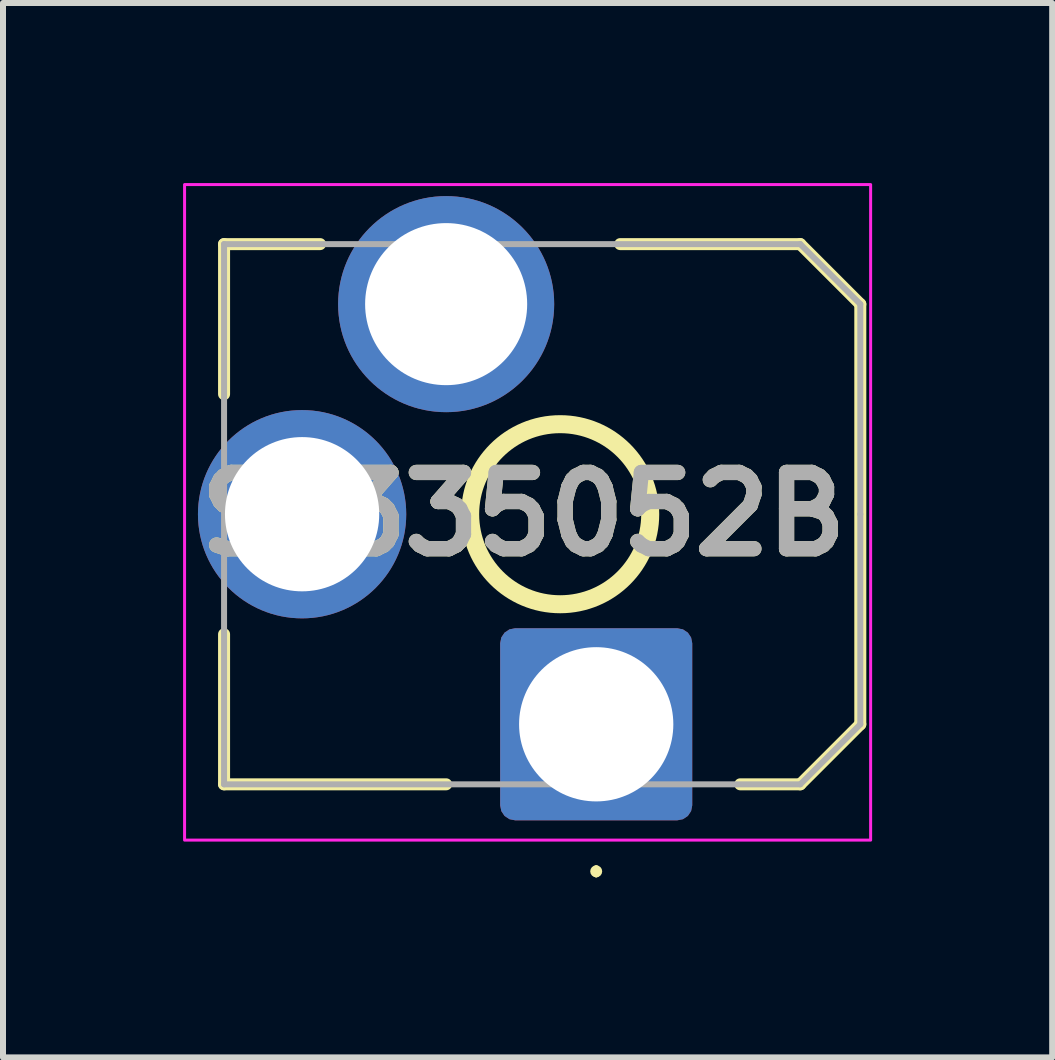
<source format=kicad_pcb>
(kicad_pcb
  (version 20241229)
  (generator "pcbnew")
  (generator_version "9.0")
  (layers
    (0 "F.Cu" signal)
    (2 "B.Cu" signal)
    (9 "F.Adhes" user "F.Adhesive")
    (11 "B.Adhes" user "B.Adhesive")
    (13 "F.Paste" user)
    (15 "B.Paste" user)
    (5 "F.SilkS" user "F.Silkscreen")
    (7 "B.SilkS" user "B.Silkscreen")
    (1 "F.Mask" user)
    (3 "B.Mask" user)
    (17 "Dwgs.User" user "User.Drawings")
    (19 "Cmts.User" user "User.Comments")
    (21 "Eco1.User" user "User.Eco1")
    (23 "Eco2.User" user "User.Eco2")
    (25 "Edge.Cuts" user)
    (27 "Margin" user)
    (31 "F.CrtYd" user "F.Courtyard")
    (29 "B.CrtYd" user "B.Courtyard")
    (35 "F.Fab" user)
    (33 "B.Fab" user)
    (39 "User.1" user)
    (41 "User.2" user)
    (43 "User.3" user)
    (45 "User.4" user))
  (footprint "SJ335052B"
    (layer "F.Cu")
    (at 6.883 9.017)
    (property "Reference" "SJ335052B" (at -1.213 -3.5 0) (layer "F.SilkS") (effects (font (size 1.27 1.27) (thickness 0.254))))
    (attr through_hole)
    (fp_line (start -6.2 -8) (end -4.6 -8) (stroke (width 0.2) (type solid)) (layer "F.SilkS"))
    (fp_line (start -6.2 -5.5) (end -6.2 -8) (stroke (width 0.2) (type solid)) (layer "F.SilkS"))
    (fp_line (start -6.2 1) (end -6.2 -1.5) (stroke (width 0.2) (type solid)) (layer "F.SilkS"))
    (fp_line (start -2.5 1) (end -6.2 1) (stroke (width 0.2) (type solid)) (layer "F.SilkS"))
    (fp_line (start 0 2.4) (end 0 2.4) (stroke (width 0.1) (type solid)) (layer "F.SilkS"))
    (fp_line (start 0 2.5) (end 0 2.5) (stroke (width 0.1) (type solid)) (layer "F.SilkS"))
    (fp_line (start 0.4 -8) (end 3.4 -8) (stroke (width 0.2) (type solid)) (layer "F.SilkS"))
    (fp_line (start 3.4 -8) (end 4.4 -7) (stroke (width 0.2) (type solid)) (layer "F.SilkS"))
    (fp_line (start 3.4 1) (end 2.4 1) (stroke (width 0.2) (type solid)) (layer "F.SilkS"))
    (fp_line (start 4.4 -7) (end 4.4 0) (stroke (width 0.2) (type solid)) (layer "F.SilkS"))
    (fp_line (start 4.4 0) (end 3.4 1) (stroke (width 0.2) (type solid)) (layer "F.SilkS"))
    (fp_arc (start 0 2.4) (mid 0.05 2.45) (end 0 2.5) (stroke (width 0.1) (type solid)) (layer "F.SilkS"))
    (fp_arc (start 0 2.5) (mid -0.05 2.45) (end 0 2.4) (stroke (width 0.1) (type solid)) (layer "F.SilkS"))
    (fp_circle (center -0.6 -3.5) (end 0.9 -3.5) (stroke (width 0.3) (type default)) (fill no) (layer "F.SilkS"))
    (fp_rect (start -6.858 -8.992) (end 4.572 1.93) (stroke (width 0.05) (type default)) (fill no) (layer "F.CrtYd"))
    (fp_line (start -6.2 -8) (end 3.4 -8) (stroke (width 0.1) (type solid)) (layer "F.Fab"))
    (fp_line (start -6.2 1) (end -6.2 -8) (stroke (width 0.1) (type solid)) (layer "F.Fab"))
    (fp_line (start 3.4 -8) (end 4.4 -7) (stroke (width 0.1) (type solid)) (layer "F.Fab"))
    (fp_line (start 3.4 1) (end -6.2 1) (stroke (width 0.1) (type solid)) (layer "F.Fab"))
    (fp_line (start 4.4 -7) (end 4.4 -3.5) (stroke (width 0.1) (type solid)) (layer "F.Fab"))
    (fp_line (start 4.4 -3.5) (end 4.4 0) (stroke (width 0.1) (type solid)) (layer "F.Fab"))
    (fp_line (start 4.4 0) (end 3.4 1) (stroke (width 0.1) (type solid)) (layer "F.Fab"))
    (fp_text user "${REFERENCE}" (at -1.213 -3.5 0) (layer "F.Fab") (effects (font (size 1.27 1.27) (thickness 0.254))))
    (pad "1" thru_hole roundrect (at 0 0) (size 3.2 3.2) (drill 2.57) (layers "*.Cu" "*.Mask") (roundrect_rratio 0.078))
    (pad "2" thru_hole circle (at -4.9 -3.5) (size 3.47 3.47) (drill 2.57) (layers "*.Cu" "*.Mask"))
    (pad "4" thru_hole circle (at -2.5 -7) (size 3.6 3.6) (drill 2.7) (layers "*.Cu" "*.Mask")))
  (gr_rect
    (start -3 -3)
    (end 14.48 14.567)
    (stroke (width 0.1) (type default))
    (fill no)
    (layer "Edge.Cuts")))
</source>
